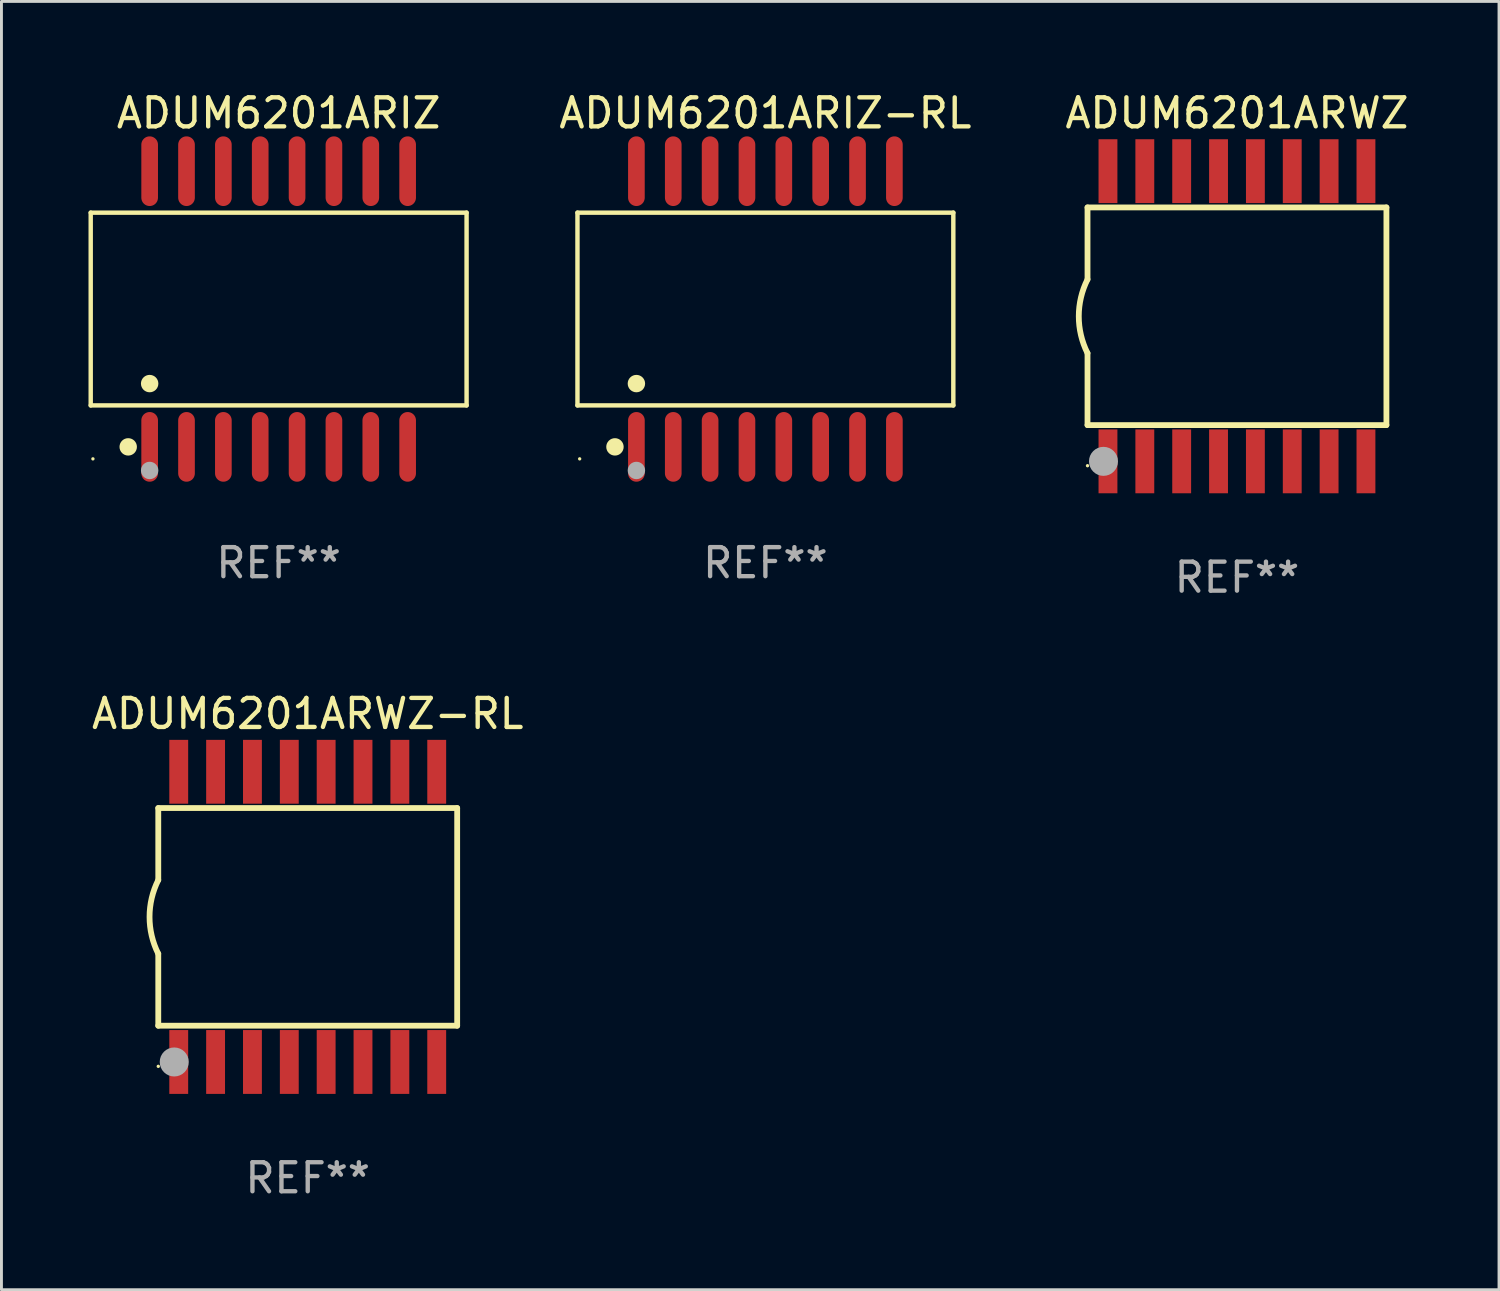
<source format=kicad_pcb>
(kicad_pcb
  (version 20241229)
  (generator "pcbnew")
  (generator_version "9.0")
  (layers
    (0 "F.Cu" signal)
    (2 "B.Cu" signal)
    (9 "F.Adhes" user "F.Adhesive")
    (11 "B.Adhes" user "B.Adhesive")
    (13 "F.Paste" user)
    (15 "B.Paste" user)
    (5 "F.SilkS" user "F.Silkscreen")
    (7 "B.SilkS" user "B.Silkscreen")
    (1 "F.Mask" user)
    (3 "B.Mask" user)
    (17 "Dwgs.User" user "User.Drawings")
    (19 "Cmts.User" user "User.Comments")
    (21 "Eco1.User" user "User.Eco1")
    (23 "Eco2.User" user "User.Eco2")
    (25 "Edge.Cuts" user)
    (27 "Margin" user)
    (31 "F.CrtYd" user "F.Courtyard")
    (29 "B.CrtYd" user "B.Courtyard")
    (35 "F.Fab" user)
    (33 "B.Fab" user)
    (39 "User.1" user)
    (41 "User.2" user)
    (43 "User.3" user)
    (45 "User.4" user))
  (footprint "ADUM6201ARWZ"
    (layer "F.Cu")
    (at 39.575 7.848)
    (property "Reference" "ADUM6201ARWZ" (at 0 -7 0) (layer "F.SilkS") (effects (font (size 1 1) (thickness 0.15))))
    (attr through_hole)
    (fp_line (start -5.15 -3.75) (end -5.15 -1.27) (stroke (width 0.2) (type solid)) (layer "F.SilkS"))
    (fp_line (start -5.15 -3.75) (end 5.15 -3.75) (stroke (width 0.2) (type solid)) (layer "F.SilkS"))
    (fp_line (start -5.15 3.75) (end -5.15 1.27) (stroke (width 0.2) (type solid)) (layer "F.SilkS"))
    (fp_line (start 5.15 -3.75) (end 5.15 3.75) (stroke (width 0.2) (type solid)) (layer "F.SilkS"))
    (fp_line (start 5.15 3.75) (end -5.15 3.75) (stroke (width 0.2) (type solid)) (layer "F.SilkS"))
    (fp_arc (start -5.151131 1.270003) (mid -5.450556 -0.000132) (end -5.150013 -1.270003) (stroke (width 0.2) (type solid)) (layer "F.SilkS"))
    (fp_circle (center -5.15 5.15) (end -5.12 5.15) (stroke (width 0.06) (type solid)) (fill no) (layer "F.SilkS"))
    (fp_circle (center -4.6 5) (end -4.35 5) (stroke (width 0.5) (type solid)) (fill no) (layer "F.Fab"))
    (fp_text user "REF**" (at 0 9 0) (layer "F.Fab") (effects (font (size 1 1) (thickness 0.15))))
    (pad "1" smd rect (at -4.445 5) (size 0.65 2.2) (layers "F.Cu" "F.Mask" "F.Paste"))
    (pad "2" smd rect (at -3.175 5) (size 0.65 2.2) (layers "F.Cu" "F.Mask" "F.Paste"))
    (pad "3" smd rect (at -1.905 5) (size 0.65 2.2) (layers "F.Cu" "F.Mask" "F.Paste"))
    (pad "4" smd rect (at -0.635 5) (size 0.65 2.2) (layers "F.Cu" "F.Mask" "F.Paste"))
    (pad "5" smd rect (at 0.635 5) (size 0.65 2.2) (layers "F.Cu" "F.Mask" "F.Paste"))
    (pad "6" smd rect (at 1.905 5) (size 0.65 2.2) (layers "F.Cu" "F.Mask" "F.Paste"))
    (pad "7" smd rect (at 3.175 5) (size 0.65 2.2) (layers "F.Cu" "F.Mask" "F.Paste"))
    (pad "8" smd rect (at 4.445 5) (size 0.65 2.2) (layers "F.Cu" "F.Mask" "F.Paste"))
    (pad "9" smd rect (at 4.445 -5) (size 0.65 2.2) (layers "F.Cu" "F.Mask" "F.Paste"))
    (pad "10" smd rect (at 3.175 -5) (size 0.65 2.2) (layers "F.Cu" "F.Mask" "F.Paste"))
    (pad "11" smd rect (at 1.905 -5) (size 0.65 2.2) (layers "F.Cu" "F.Mask" "F.Paste"))
    (pad "12" smd rect (at 0.635 -5) (size 0.65 2.2) (layers "F.Cu" "F.Mask" "F.Paste"))
    (pad "13" smd rect (at -0.635 -5) (size 0.65 2.2) (layers "F.Cu" "F.Mask" "F.Paste"))
    (pad "14" smd rect (at -1.905 -5) (size 0.65 2.2) (layers "F.Cu" "F.Mask" "F.Paste"))
    (pad "15" smd rect (at -3.175 -5) (size 0.65 2.2) (layers "F.Cu" "F.Mask" "F.Paste"))
    (pad "16" smd rect (at -4.445 -5) (size 0.65 2.2) (layers "F.Cu" "F.Mask" "F.Paste")))
  (footprint "ADUM6201ARIZ-RL"
    (layer "F.Cu")
    (at 23.325 7.599)
    (property "Reference" "ADUM6201ARIZ-RL" (at 0 -6.75 0) (layer "F.SilkS") (effects (font (size 1 1) (thickness 0.15))))
    (attr through_hole)
    (fp_line (start -6.476 -3.321) (end 6.476 -3.321) (stroke (width 0.152) (type solid)) (layer "F.SilkS"))
    (fp_line (start -6.476 3.321) (end -6.476 -3.321) (stroke (width 0.152) (type solid)) (layer "F.SilkS"))
    (fp_line (start 6.476 -3.321) (end 6.476 3.321) (stroke (width 0.152) (type solid)) (layer "F.SilkS"))
    (fp_line (start 6.476 3.321) (end -6.476 3.321) (stroke (width 0.152) (type solid)) (layer "F.SilkS"))
    (fp_circle (center -6.4 5.163) (end -6.37 5.163) (stroke (width 0.06) (type solid)) (fill no) (layer "F.SilkS"))
    (fp_circle (center -5.184 4.75) (end -5.034 4.75) (stroke (width 0.3) (type solid)) (fill no) (layer "F.SilkS"))
    (fp_circle (center -4.445 2.569) (end -4.295 2.569) (stroke (width 0.3) (type solid)) (fill no) (layer "F.SilkS"))
    (fp_circle (center -4.445 5.563) (end -4.295 5.563) (stroke (width 0.3) (type solid)) (fill no) (layer "F.Fab"))
    (fp_text user "REF**" (at 0 8.75 0) (layer "F.Fab") (effects (font (size 1 1) (thickness 0.15))))
    (pad "1" smd oval (at -4.445 4.75) (size 0.574 2.401) (layers "F.Cu" "F.Mask" "F.Paste"))
    (pad "2" smd oval (at -3.175 4.75) (size 0.574 2.401) (layers "F.Cu" "F.Mask" "F.Paste"))
    (pad "3" smd oval (at -1.905 4.75) (size 0.574 2.401) (layers "F.Cu" "F.Mask" "F.Paste"))
    (pad "4" smd oval (at -0.635 4.75) (size 0.574 2.401) (layers "F.Cu" "F.Mask" "F.Paste"))
    (pad "5" smd oval (at 0.635 4.75) (size 0.574 2.401) (layers "F.Cu" "F.Mask" "F.Paste"))
    (pad "6" smd oval (at 1.905 4.75) (size 0.574 2.401) (layers "F.Cu" "F.Mask" "F.Paste"))
    (pad "7" smd oval (at 3.175 4.75) (size 0.574 2.401) (layers "F.Cu" "F.Mask" "F.Paste"))
    (pad "8" smd oval (at 4.445 4.75) (size 0.574 2.401) (layers "F.Cu" "F.Mask" "F.Paste"))
    (pad "9" smd oval (at 4.445 -4.75) (size 0.574 2.401) (layers "F.Cu" "F.Mask" "F.Paste"))
    (pad "10" smd oval (at 3.175 -4.75) (size 0.574 2.401) (layers "F.Cu" "F.Mask" "F.Paste"))
    (pad "11" smd oval (at 1.905 -4.75) (size 0.574 2.401) (layers "F.Cu" "F.Mask" "F.Paste"))
    (pad "12" smd oval (at 0.635 -4.75) (size 0.574 2.401) (layers "F.Cu" "F.Mask" "F.Paste"))
    (pad "13" smd oval (at -0.635 -4.75) (size 0.574 2.401) (layers "F.Cu" "F.Mask" "F.Paste"))
    (pad "14" smd oval (at -1.905 -4.75) (size 0.574 2.401) (layers "F.Cu" "F.Mask" "F.Paste"))
    (pad "15" smd oval (at -3.175 -4.75) (size 0.574 2.401) (layers "F.Cu" "F.Mask" "F.Paste"))
    (pad "16" smd oval (at -4.445 -4.75) (size 0.574 2.401) (layers "F.Cu" "F.Mask" "F.Paste")))
  (footprint "ADUM6201ARWZ-RL"
    (layer "F.Cu")
    (at 7.554 28.545)
    (property "Reference" "ADUM6201ARWZ-RL" (at 0 -7 0) (layer "F.SilkS") (effects (font (size 1 1) (thickness 0.15))))
    (attr through_hole)
    (fp_line (start -5.15 -3.75) (end -5.15 -1.27) (stroke (width 0.2) (type solid)) (layer "F.SilkS"))
    (fp_line (start -5.15 -3.75) (end 5.15 -3.75) (stroke (width 0.2) (type solid)) (layer "F.SilkS"))
    (fp_line (start -5.15 3.75) (end -5.15 1.27) (stroke (width 0.2) (type solid)) (layer "F.SilkS"))
    (fp_line (start 5.15 -3.75) (end 5.15 3.75) (stroke (width 0.2) (type solid)) (layer "F.SilkS"))
    (fp_line (start 5.15 3.75) (end -5.15 3.75) (stroke (width 0.2) (type solid)) (layer "F.SilkS"))
    (fp_arc (start -5.151131 1.270003) (mid -5.450556 -0.000132) (end -5.150013 -1.270003) (stroke (width 0.2) (type solid)) (layer "F.SilkS"))
    (fp_circle (center -5.15 5.15) (end -5.12 5.15) (stroke (width 0.06) (type solid)) (fill no) (layer "F.SilkS"))
    (fp_circle (center -4.6 5) (end -4.35 5) (stroke (width 0.5) (type solid)) (fill no) (layer "F.Fab"))
    (fp_text user "REF**" (at 0 9 0) (layer "F.Fab") (effects (font (size 1 1) (thickness 0.15))))
    (pad "1" smd rect (at -4.445 5) (size 0.65 2.2) (layers "F.Cu" "F.Mask" "F.Paste"))
    (pad "2" smd rect (at -3.175 5) (size 0.65 2.2) (layers "F.Cu" "F.Mask" "F.Paste"))
    (pad "3" smd rect (at -1.905 5) (size 0.65 2.2) (layers "F.Cu" "F.Mask" "F.Paste"))
    (pad "4" smd rect (at -0.635 5) (size 0.65 2.2) (layers "F.Cu" "F.Mask" "F.Paste"))
    (pad "5" smd rect (at 0.635 5) (size 0.65 2.2) (layers "F.Cu" "F.Mask" "F.Paste"))
    (pad "6" smd rect (at 1.905 5) (size 0.65 2.2) (layers "F.Cu" "F.Mask" "F.Paste"))
    (pad "7" smd rect (at 3.175 5) (size 0.65 2.2) (layers "F.Cu" "F.Mask" "F.Paste"))
    (pad "8" smd rect (at 4.445 5) (size 0.65 2.2) (layers "F.Cu" "F.Mask" "F.Paste"))
    (pad "9" smd rect (at 4.445 -5) (size 0.65 2.2) (layers "F.Cu" "F.Mask" "F.Paste"))
    (pad "10" smd rect (at 3.175 -5) (size 0.65 2.2) (layers "F.Cu" "F.Mask" "F.Paste"))
    (pad "11" smd rect (at 1.905 -5) (size 0.65 2.2) (layers "F.Cu" "F.Mask" "F.Paste"))
    (pad "12" smd rect (at 0.635 -5) (size 0.65 2.2) (layers "F.Cu" "F.Mask" "F.Paste"))
    (pad "13" smd rect (at -0.635 -5) (size 0.65 2.2) (layers "F.Cu" "F.Mask" "F.Paste"))
    (pad "14" smd rect (at -1.905 -5) (size 0.65 2.2) (layers "F.Cu" "F.Mask" "F.Paste"))
    (pad "15" smd rect (at -3.175 -5) (size 0.65 2.2) (layers "F.Cu" "F.Mask" "F.Paste"))
    (pad "16" smd rect (at -4.445 -5) (size 0.65 2.2) (layers "F.Cu" "F.Mask" "F.Paste")))
  (footprint "ADUM6201ARIZ"
    (layer "F.Cu")
    (at 6.552 7.599)
    (property "Reference" "ADUM6201ARIZ" (at 0 -6.75 0) (layer "F.SilkS") (effects (font (size 1 1) (thickness 0.15))))
    (attr through_hole)
    (fp_line (start -6.476 -3.321) (end 6.476 -3.321) (stroke (width 0.152) (type solid)) (layer "F.SilkS"))
    (fp_line (start -6.476 3.321) (end -6.476 -3.321) (stroke (width 0.152) (type solid)) (layer "F.SilkS"))
    (fp_line (start 6.476 -3.321) (end 6.476 3.321) (stroke (width 0.152) (type solid)) (layer "F.SilkS"))
    (fp_line (start 6.476 3.321) (end -6.476 3.321) (stroke (width 0.152) (type solid)) (layer "F.SilkS"))
    (fp_circle (center -6.4 5.163) (end -6.37 5.163) (stroke (width 0.06) (type solid)) (fill no) (layer "F.SilkS"))
    (fp_circle (center -5.184 4.75) (end -5.034 4.75) (stroke (width 0.3) (type solid)) (fill no) (layer "F.SilkS"))
    (fp_circle (center -4.445 2.569) (end -4.295 2.569) (stroke (width 0.3) (type solid)) (fill no) (layer "F.SilkS"))
    (fp_circle (center -4.445 5.563) (end -4.295 5.563) (stroke (width 0.3) (type solid)) (fill no) (layer "F.Fab"))
    (fp_text user "REF**" (at 0 8.75 0) (layer "F.Fab") (effects (font (size 1 1) (thickness 0.15))))
    (pad "1" smd oval (at -4.445 4.75) (size 0.574 2.401) (layers "F.Cu" "F.Mask" "F.Paste"))
    (pad "2" smd oval (at -3.175 4.75) (size 0.574 2.401) (layers "F.Cu" "F.Mask" "F.Paste"))
    (pad "3" smd oval (at -1.905 4.75) (size 0.574 2.401) (layers "F.Cu" "F.Mask" "F.Paste"))
    (pad "4" smd oval (at -0.635 4.75) (size 0.574 2.401) (layers "F.Cu" "F.Mask" "F.Paste"))
    (pad "5" smd oval (at 0.635 4.75) (size 0.574 2.401) (layers "F.Cu" "F.Mask" "F.Paste"))
    (pad "6" smd oval (at 1.905 4.75) (size 0.574 2.401) (layers "F.Cu" "F.Mask" "F.Paste"))
    (pad "7" smd oval (at 3.175 4.75) (size 0.574 2.401) (layers "F.Cu" "F.Mask" "F.Paste"))
    (pad "8" smd oval (at 4.445 4.75) (size 0.574 2.401) (layers "F.Cu" "F.Mask" "F.Paste"))
    (pad "9" smd oval (at 4.445 -4.75) (size 0.574 2.401) (layers "F.Cu" "F.Mask" "F.Paste"))
    (pad "10" smd oval (at 3.175 -4.75) (size 0.574 2.401) (layers "F.Cu" "F.Mask" "F.Paste"))
    (pad "11" smd oval (at 1.905 -4.75) (size 0.574 2.401) (layers "F.Cu" "F.Mask" "F.Paste"))
    (pad "12" smd oval (at 0.635 -4.75) (size 0.574 2.401) (layers "F.Cu" "F.Mask" "F.Paste"))
    (pad "13" smd oval (at -0.635 -4.75) (size 0.574 2.401) (layers "F.Cu" "F.Mask" "F.Paste"))
    (pad "14" smd oval (at -1.905 -4.75) (size 0.574 2.401) (layers "F.Cu" "F.Mask" "F.Paste"))
    (pad "15" smd oval (at -3.175 -4.75) (size 0.574 2.401) (layers "F.Cu" "F.Mask" "F.Paste"))
    (pad "16" smd oval (at -4.445 -4.75) (size 0.574 2.401) (layers "F.Cu" "F.Mask" "F.Paste")))
  (gr_rect
    (start -3 -3)
    (end 48.605 41.393)
    (stroke (width 0.1) (type default))
    (fill no)
    (layer "Edge.Cuts")))
</source>
